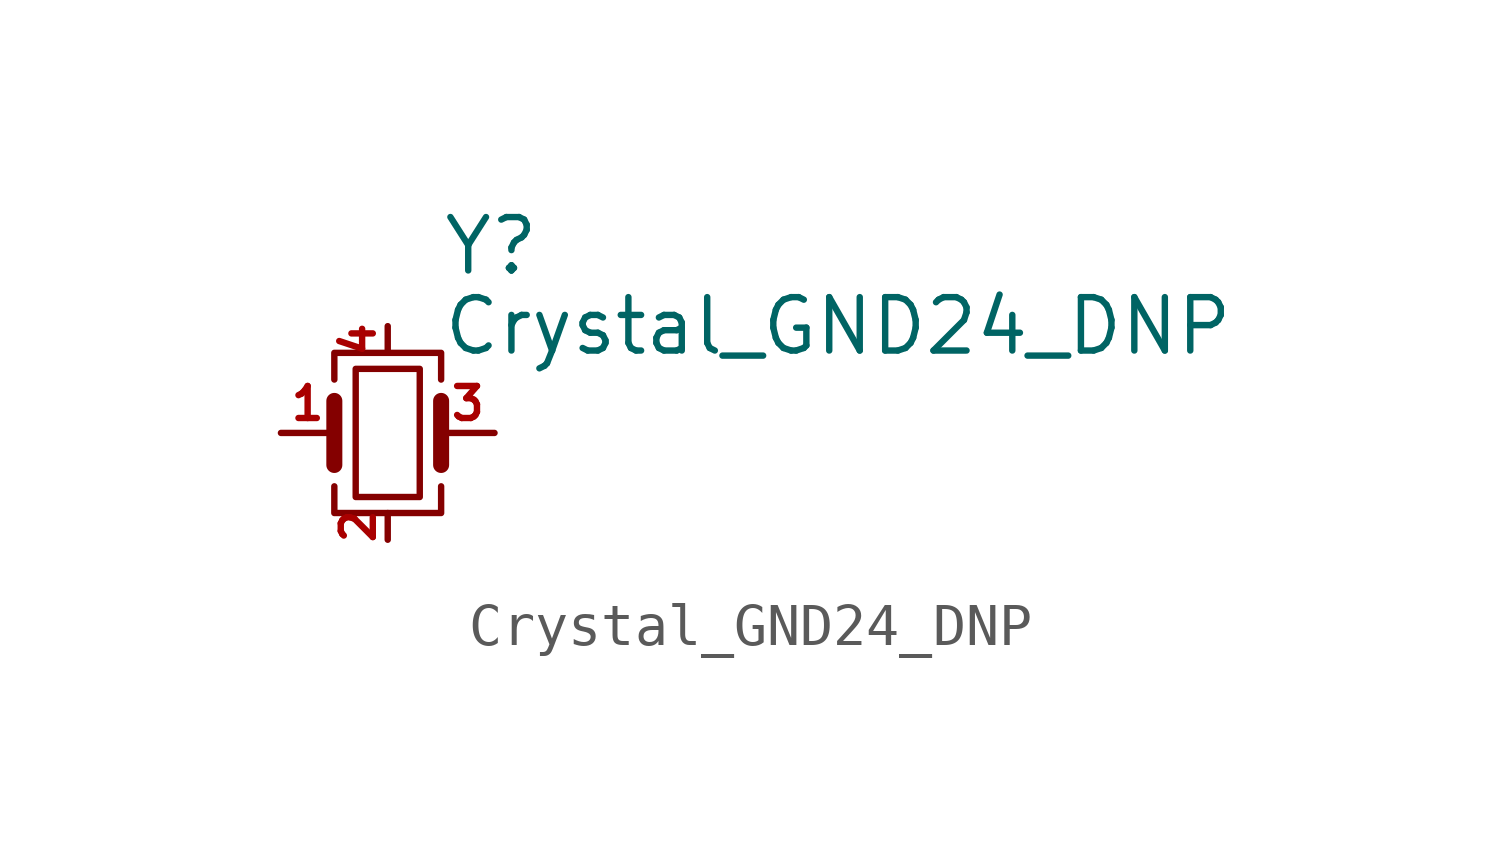
<source format=kicad_sym>
(kicad_symbol_lib
  (version 20220914)
  (generator kicad_symbol_editor)
  (symbol "Crystal_GND24_DNP"
    (pin_names
      (offset 1.016) hide)
    (property "Reference" "Y"
      (at 1.27 4.445 0)
      (effects (font (size 1.27 1.27)) (justify left)))
    (property "Value" "Crystal_GND24_DNP"
      (at 1.27 2.54 0)
      (effects (font (size 1.27 1.27)) (justify left)))
    (symbol "Crystal_GND24_DNP_0_1"
      (rectangle (start -0.762 -1.524) (end 0.762 1.524) (stroke (width 0) (type default)) (fill (type none)))
      (polyline (pts (xy -1.27 -0.762) (xy -1.27 0.762)) (stroke (width 0.381) (type default)) (fill (type none)))
      (polyline (pts (xy 1.27 -0.762) (xy 1.27 0.762)) (stroke (width 0.381) (type default)) (fill (type none)))
      (polyline (pts (xy -1.27 -1.27) (xy -1.27 -1.905) (xy 1.27 -1.905) (xy 1.27 -1.27)) (stroke (width 0) (type default)) (fill (type none)))
      (polyline (pts (xy -1.27 1.27) (xy -1.27 1.905) (xy 1.27 1.905) (xy 1.27 1.27)) (stroke (width 0) (type default)) (fill (type none))))
    (symbol "Crystal_GND24_DNP_1_1"
      (pin passive line (at -2.54 0 0) (length 1.27) (name "1" (effects (font (size 1.27 1.27)))) (number "1" (effects (font (size 0.762 0.762)))))
      (pin passive line (at 0 -2.54 90) (length 0.635) (name "2" (effects (font (size 1.27 1.27)))) (number "2" (effects (font (size 0.762 0.762)))))
      (pin passive line (at 2.54 0 180) (length 1.27) (name "3" (effects (font (size 1.27 1.27)))) (number "3" (effects (font (size 0.762 0.762)))))
      (pin passive line (at 0 2.54 270) (length 0.635) (name "4" (effects (font (size 1.27 1.27)))) (number "4" (effects (font (size 0.762 0.762))))))))
</source>
